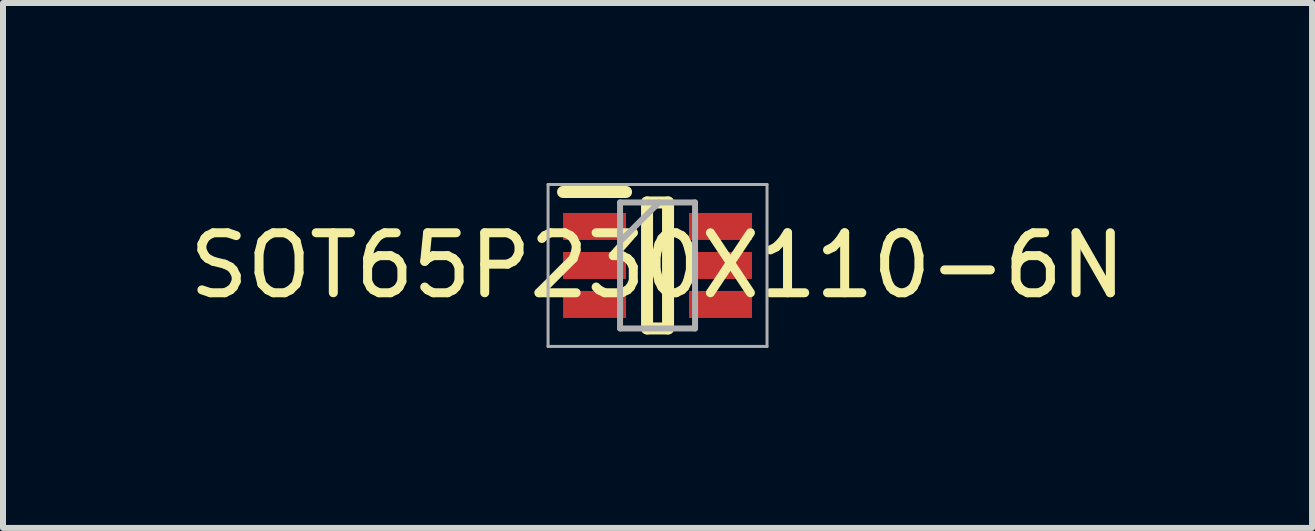
<source format=kicad_pcb>
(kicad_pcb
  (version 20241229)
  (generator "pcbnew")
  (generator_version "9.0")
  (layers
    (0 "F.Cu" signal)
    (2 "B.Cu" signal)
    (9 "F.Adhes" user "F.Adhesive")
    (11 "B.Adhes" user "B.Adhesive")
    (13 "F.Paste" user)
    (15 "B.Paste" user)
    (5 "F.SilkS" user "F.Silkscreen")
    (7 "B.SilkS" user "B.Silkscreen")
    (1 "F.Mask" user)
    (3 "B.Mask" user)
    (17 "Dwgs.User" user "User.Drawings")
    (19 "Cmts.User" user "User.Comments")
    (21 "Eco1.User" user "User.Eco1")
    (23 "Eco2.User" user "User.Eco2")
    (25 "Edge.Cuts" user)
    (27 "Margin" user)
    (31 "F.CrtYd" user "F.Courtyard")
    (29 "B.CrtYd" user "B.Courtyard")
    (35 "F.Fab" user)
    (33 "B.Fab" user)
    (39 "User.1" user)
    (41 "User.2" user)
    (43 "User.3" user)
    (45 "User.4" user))
  (footprint "SOT65P230X110-6N"
    (layer "F.Cu")
    (at 7.911 1.375)
    (property "Reference" "SOT65P230X110-6N" (at 0 0 0) (layer "F.SilkS") (effects (font (size 1 1) (thickness 0.15))))
    (attr through_hole)
    (fp_line (start -1.575 -1.225) (end -0.525 -1.225) (stroke (width 0.2) (type solid)) (layer "F.SilkS"))
    (fp_line (start -0.175 -1.05) (end 0.175 -1.05) (stroke (width 0.2) (type solid)) (layer "F.SilkS"))
    (fp_line (start -0.175 1.05) (end -0.175 -1.05) (stroke (width 0.2) (type solid)) (layer "F.SilkS"))
    (fp_line (start 0.175 -1.05) (end 0.175 1.05) (stroke (width 0.2) (type solid)) (layer "F.SilkS"))
    (fp_line (start 0.175 1.05) (end -0.175 1.05) (stroke (width 0.2) (type solid)) (layer "F.SilkS"))
    (fp_line (start -1.825 -1.35) (end 1.825 -1.35) (stroke (width 0.05) (type solid)) (layer "F.Fab"))
    (fp_line (start -1.825 1.35) (end -1.825 -1.35) (stroke (width 0.05) (type solid)) (layer "F.Fab"))
    (fp_line (start -0.625 -1.05) (end 0.625 -1.05) (stroke (width 0.1) (type solid)) (layer "F.Fab"))
    (fp_line (start -0.625 -0.4) (end 0.025 -1.05) (stroke (width 0.1) (type solid)) (layer "F.Fab"))
    (fp_line (start -0.625 1.05) (end -0.625 -1.05) (stroke (width 0.1) (type solid)) (layer "F.Fab"))
    (fp_line (start 0.625 -1.05) (end 0.625 1.05) (stroke (width 0.1) (type solid)) (layer "F.Fab"))
    (fp_line (start 0.625 1.05) (end -0.625 1.05) (stroke (width 0.1) (type solid)) (layer "F.Fab"))
    (fp_line (start 1.825 -1.35) (end 1.825 1.35) (stroke (width 0.05) (type solid)) (layer "F.Fab"))
    (fp_line (start 1.825 1.35) (end -1.825 1.35) (stroke (width 0.05) (type solid)) (layer "F.Fab"))
    (pad "1" smd rect (at -1.05 -0.65) (size 1.05 0.45) (layers "F.Cu" "F.Mask" "F.Paste"))
    (pad "2" smd rect (at -1.05 0) (size 1.05 0.45) (layers "F.Cu" "F.Mask" "F.Paste"))
    (pad "3" smd rect (at -1.05 0.65) (size 1.05 0.45) (layers "F.Cu" "F.Mask" "F.Paste"))
    (pad "4" smd rect (at 1.05 0.65) (size 1.05 0.45) (layers "F.Cu" "F.Mask" "F.Paste"))
    (pad "5" smd rect (at 1.05 0) (size 1.05 0.45) (layers "F.Cu" "F.Mask" "F.Paste"))
    (pad "6" smd rect (at 1.05 -0.65) (size 1.05 0.45) (layers "F.Cu" "F.Mask" "F.Paste")))
  (gr_rect
    (start -3 -3)
    (end 18.821 5.75)
    (stroke (width 0.1) (type default))
    (fill no)
    (layer "Edge.Cuts")))
</source>
